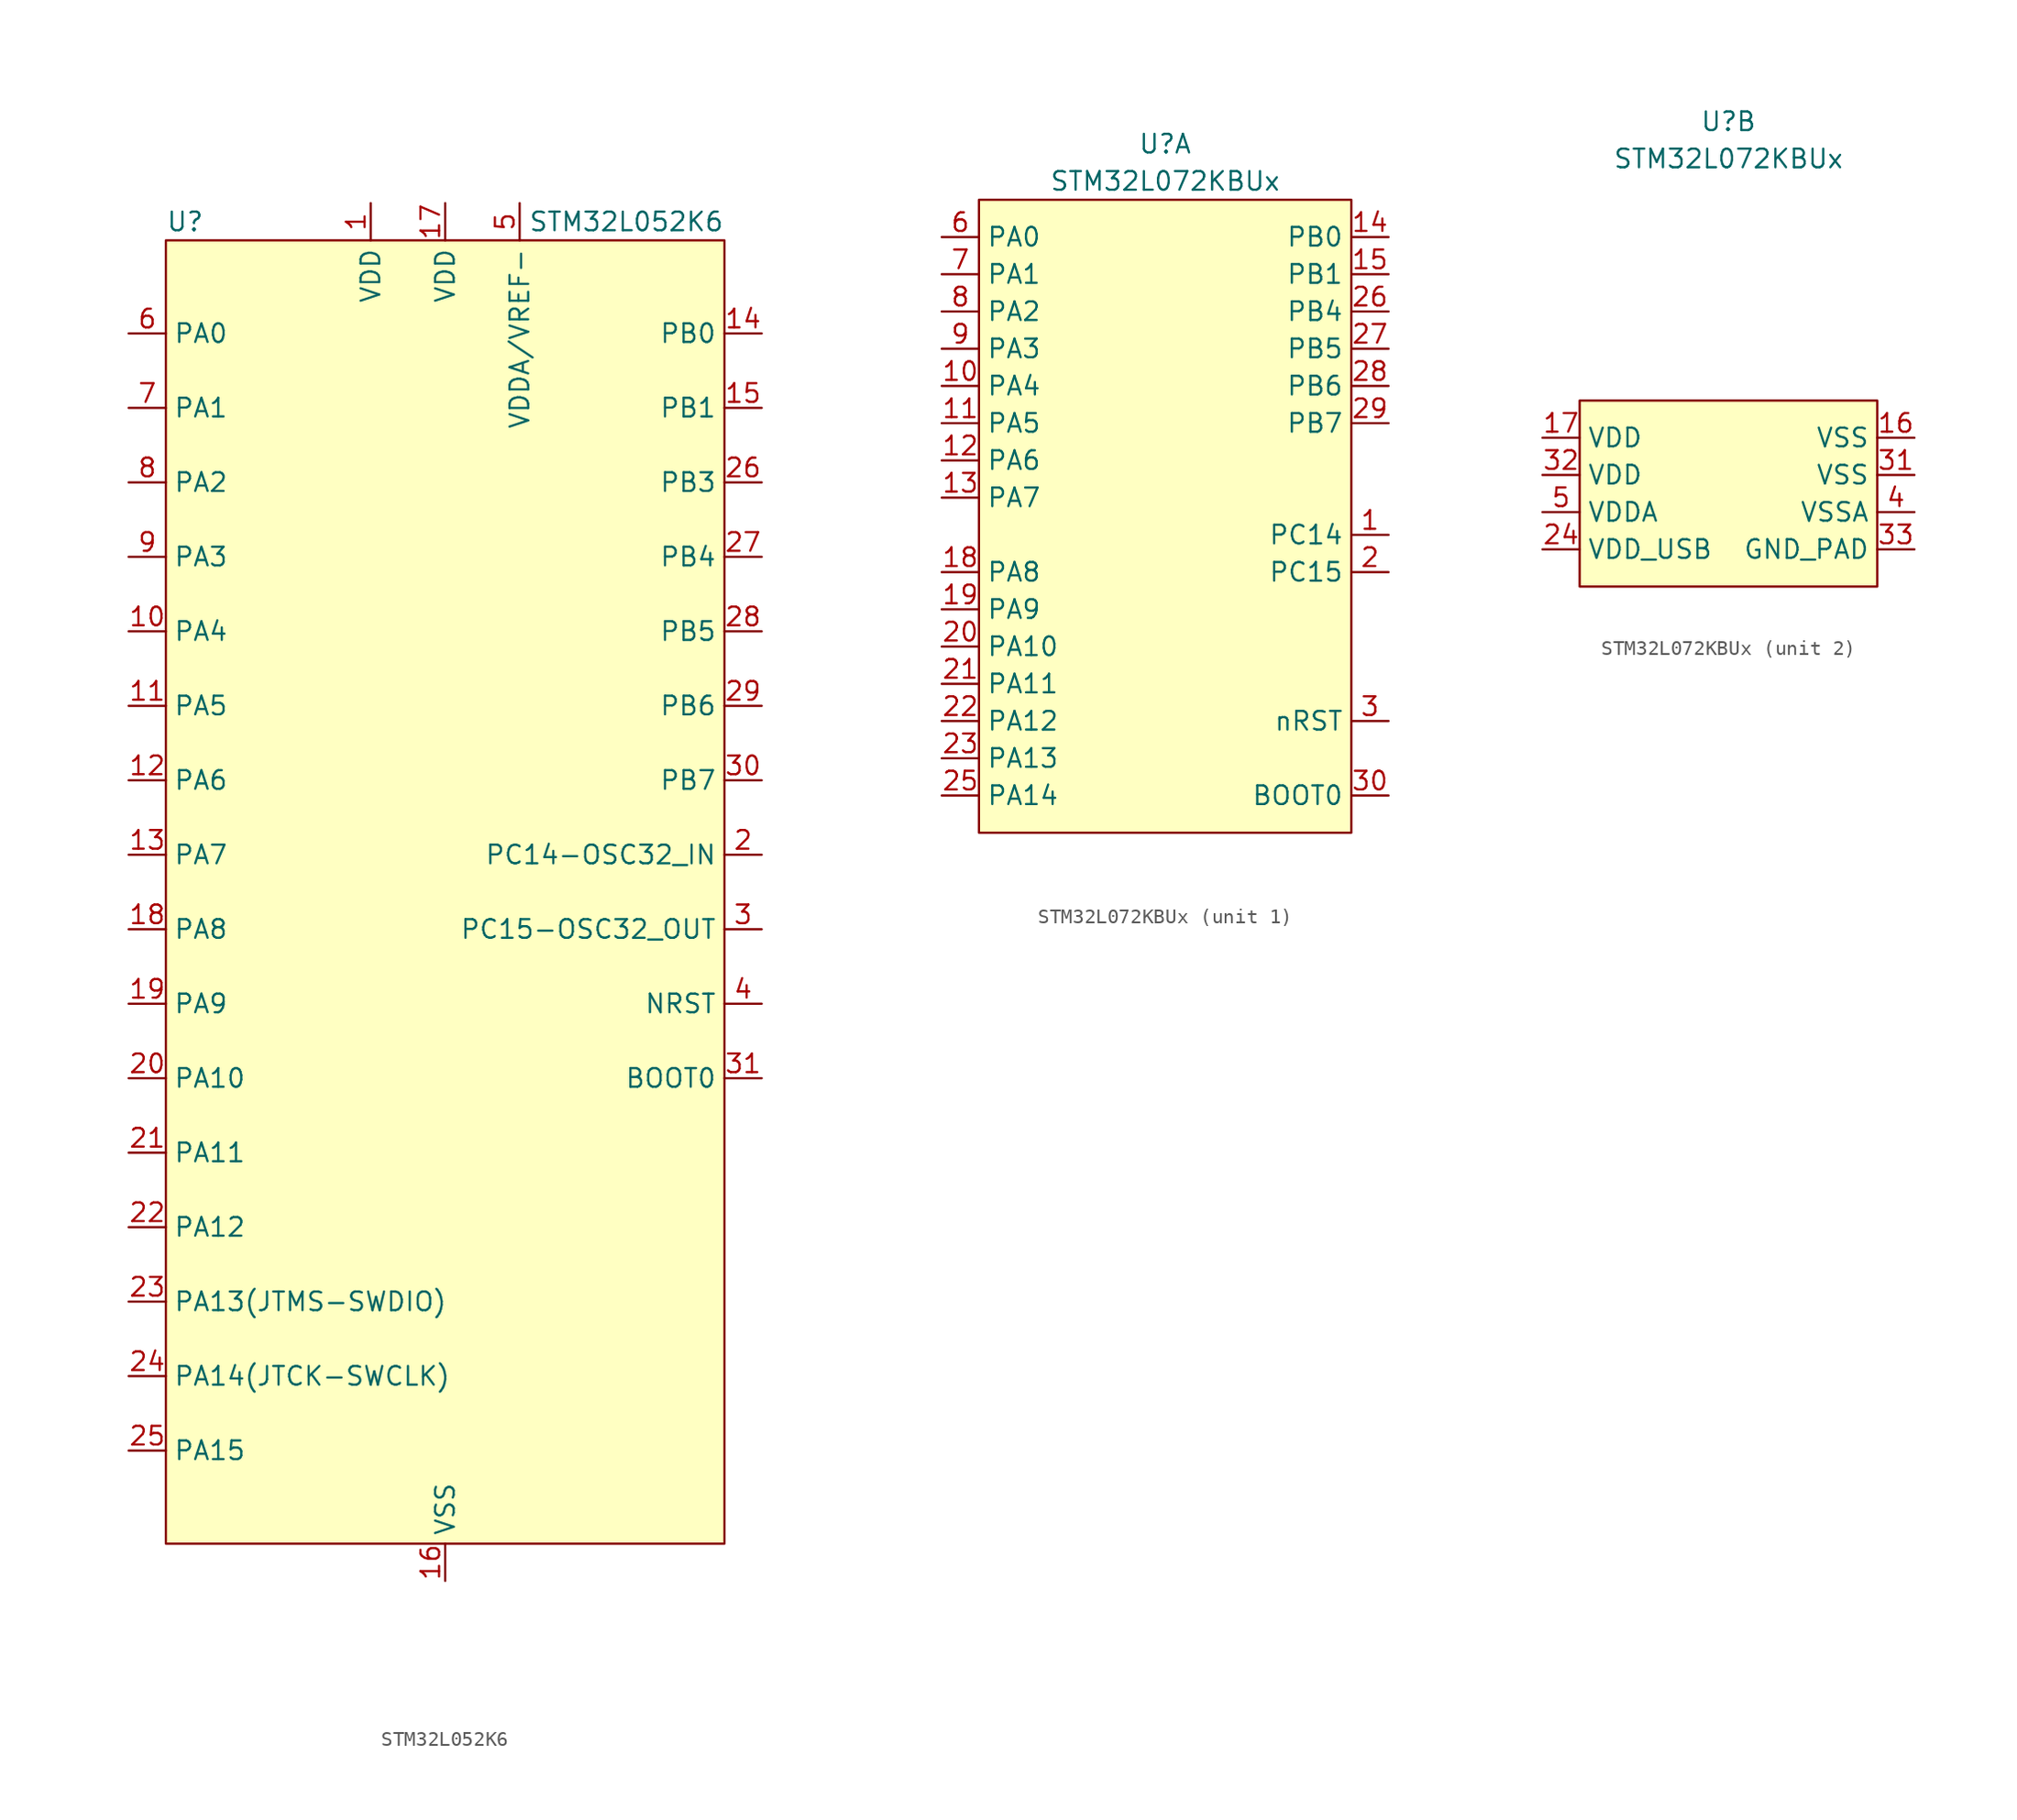
<source format=kicad_sym>
(kicad_symbol_lib
  (version 20241209)
  (generator "kicad_symbol_editor")
  (generator_version "9.0")
  (symbol "STM32L052K6"
    (property "Reference" "U"
      (at -19.05 45.72 0)
      (do_not_autoplace)
      (effects (font (size 1.27 1.27)) (justify left)))
    (property "Value" "STM32L052K6"
      (at 19.05 45.72 0)
      (do_not_autoplace)
      (effects (font (size 1.27 1.27)) (justify right)))
    (symbol "STM32L052K6_0_0"
      (pin power_in line (at -5.08 46.99 270) (length 2.54) (name "VDD" (effects (font (size 1.27 1.27)))) (number "1" (effects (font (size 1.27 1.27)))))
      (pin power_in line (at 0 46.99 270) (length 2.54) (name "VDD" (effects (font (size 1.27 1.27)))) (number "17" (effects (font (size 1.27 1.27)))))
      (pin power_in line (at 5.08 46.99 270) (length 2.54) (name "VDDA/VREF-" (effects (font (size 1.27 1.27)))) (number "5" (effects (font (size 1.27 1.27)))))
      (pin bidirectional line (at 21.59 2.54 180) (length 2.54) (name "PC14-OSC32_IN" (effects (font (size 1.27 1.27)))) (number "2" (effects (font (size 1.27 1.27)))))
      (pin input line (at 21.59 -7.62 180) (length 2.54) (name "NRST" (effects (font (size 1.27 1.27)))) (number "4" (effects (font (size 1.27 1.27)))))
      (pin bidirectional line (at 21.59 -12.7 180) (length 2.54) (name "BOOT0" (effects (font (size 1.27 1.27)))) (number "31" (effects (font (size 1.27 1.27))))))
    (symbol "STM32L052K6_1_0"
      (pin bidirectional line (at -21.59 38.1 0) (length 2.54) (name "PA0" (effects (font (size 1.27 1.27)))) (number "6" (effects (font (size 1.27 1.27)))) (alternate "USART2_CTS" output line))
      (pin bidirectional line (at -21.59 33.02 0) (length 2.54) (name "PA1" (effects (font (size 1.27 1.27)))) (number "7" (effects (font (size 1.27 1.27)))) (alternate "I2C1_SMBA" output line) (alternate "SPI1_SCK" output clock) (alternate "USART2_RTS_DE" input line))
      (pin bidirectional line (at -21.59 27.94 0) (length 2.54) (name "PA2" (effects (font (size 1.27 1.27)))) (number "8" (effects (font (size 1.27 1.27)))) (alternate "LPUART1_TX" output line) (alternate "QUADSPI_BK1_NCS" bidirectional clock) (alternate "USART2_TX" output line))
      (pin bidirectional line (at -21.59 22.86 0) (length 2.54) (name "PA3" (effects (font (size 1.27 1.27)))) (number "9" (effects (font (size 1.27 1.27)))) (alternate "LPUART_RX" input line) (alternate "QUADSPI_CLK" output clock) (alternate "USART2_RX" input line))
      (pin bidirectional line (at -21.59 17.78 0) (length 2.54) (name "PA4" (effects (font (size 1.27 1.27)))) (number "10" (effects (font (size 1.27 1.27)))) (alternate "SPI3_NSS" bidirectional line) (alternate "SPI_NSS" bidirectional line) (alternate "USART2_CK" output clock))
      (pin bidirectional line (at -21.59 12.7 0) (length 2.54) (name "PA5" (effects (font (size 1.27 1.27)))) (number "11" (effects (font (size 1.27 1.27)))) (alternate "SPI1_SCK" output clock))
      (pin bidirectional line (at -21.59 7.62 0) (length 2.54) (name "PA6" (effects (font (size 1.27 1.27)))) (number "12" (effects (font (size 1.27 1.27)))) (alternate "LPUART1_CTS" output line) (alternate "SPI1_MISO" input line) (alternate "USART3_CTS" output line))
      (pin bidirectional line (at -21.59 2.54 0) (length 2.54) (name "PA7" (effects (font (size 1.27 1.27)))) (number "13" (effects (font (size 1.27 1.27)))) (alternate "I2C3_SCL" output clock) (alternate "QUADSPI_BK1_IO2" bidirectional line) (alternate "SPI1_MOSI" output line))
      (pin bidirectional line (at -21.59 -2.54 0) (length 2.54) (name "PA8" (effects (font (size 1.27 1.27)))) (number "18" (effects (font (size 1.27 1.27)))) (alternate "USART1_CK" output clock))
      (pin bidirectional line (at -21.59 -7.62 0) (length 2.54) (name "PA9" (effects (font (size 1.27 1.27)))) (number "19" (effects (font (size 1.27 1.27)))) (alternate "I2C1_SCL" output clock) (alternate "USART1_TX" output line))
      (pin bidirectional line (at -21.59 -12.7 0) (length 2.54) (name "PA10" (effects (font (size 1.27 1.27)))) (number "20" (effects (font (size 1.27 1.27)))) (alternate "I2C1_SDA" bidirectional line) (alternate "USART1_RX" input line))
      (pin bidirectional line (at -21.59 -17.78 0) (length 2.54) (name "PA11" (effects (font (size 1.27 1.27)))) (number "21" (effects (font (size 1.27 1.27)))) (alternate "SPI1_MISO" input line) (alternate "USART1_CTS" output line) (alternate "USB_DM" bidirectional inverted))
      (pin bidirectional line (at -21.59 -22.86 0) (length 2.54) (name "PA12" (effects (font (size 1.27 1.27)))) (number "22" (effects (font (size 1.27 1.27)))) (alternate "SPI1_MOSI" output line) (alternate "USART1_RTS_DE" input line) (alternate "USB_DP" bidirectional line))
      (pin bidirectional line (at -21.59 -27.94 0) (length 2.54) (name "PA13(JTMS-SWDIO)" (effects (font (size 1.27 1.27)))) (number "23" (effects (font (size 1.27 1.27)))))
      (pin bidirectional line (at -21.59 -33.02 0) (length 2.54) (name "PA14(JTCK-SWCLK)" (effects (font (size 1.27 1.27)))) (number "24" (effects (font (size 1.27 1.27)))) (alternate "I2C1_SMBA" bidirectional line))
      (pin bidirectional line (at -21.59 -38.1 0) (length 2.54) (name "PA15" (effects (font (size 1.27 1.27)))) (number "25" (effects (font (size 1.27 1.27)))) (alternate "SPI1_NSS" bidirectional line) (alternate "SPI3_NSS" bidirectional line) (alternate "USART2_RX" input line) (alternate "USART3_RTS_DE" input line))
      (pin power_in line (at 0 -46.99 90) (length 2.54) (name "VSS" (effects (font (size 1.27 1.27)))) (number "16" (effects (font (size 1.27 1.27)))))
      (pin passive line (at 0 -46.99 90) (length 2.54) (hide yes) (name "VSS" (effects (font (size 1.27 1.27)))) (number "32" (effects (font (size 1.27 1.27)))))
      (pin passive line (at 0 -46.99 90) (length 2.54) (hide yes) (name "VSS" (effects (font (size 1.27 1.27)))) (number "33" (effects (font (size 1.27 1.27)))))
      (pin bidirectional line (at 21.59 38.1 180) (length 2.54) (name "PB0" (effects (font (size 1.27 1.27)))) (number "14" (effects (font (size 1.27 1.27)))) (alternate "QUADSPI_BK1_IO1" bidirectional line) (alternate "SPI1_NSS" bidirectional line) (alternate "USART3_CK" output clock))
      (pin bidirectional line (at 21.59 33.02 180) (length 2.54) (name "PB1" (effects (font (size 1.27 1.27)))) (number "15" (effects (font (size 1.27 1.27)))) (alternate "LPUART1_RTS_DE" input line) (alternate "QUADSPI_BK1_IO0" bidirectional line) (alternate "USART3_RTS_DE" input line))
      (pin bidirectional line (at 21.59 27.94 180) (length 2.54) (name "PB3" (effects (font (size 1.27 1.27)))) (number "26" (effects (font (size 1.27 1.27)))) (alternate "SPI1_SCK" output clock) (alternate "SPI3_SCK" output clock) (alternate "USART1_RTS_DE" input line))
      (pin bidirectional line (at 21.59 22.86 180) (length 2.54) (name "PB4" (effects (font (size 1.27 1.27)))) (number "27" (effects (font (size 1.27 1.27)))) (alternate "I2C3_SDA" bidirectional line) (alternate "SPI1_MISO" input line) (alternate "SPI3_MISO" input line) (alternate "USART1_CTS" output line))
      (pin bidirectional line (at 21.59 17.78 180) (length 2.54) (name "PB5" (effects (font (size 1.27 1.27)))) (number "28" (effects (font (size 1.27 1.27)))) (alternate "I2C1_SMBA" bidirectional line) (alternate "SPI1_MOSI" output line) (alternate "SPI3_MOSI" output line) (alternate "USART1_CK" output clock))
      (pin bidirectional line (at 21.59 12.7 180) (length 2.54) (name "PB6" (effects (font (size 1.27 1.27)))) (number "29" (effects (font (size 1.27 1.27)))) (alternate "I2C1_SCL" bidirectional clock) (alternate "USART1_TX" output line))
      (pin bidirectional line (at 21.59 7.62 180) (length 2.54) (name "PB7" (effects (font (size 1.27 1.27)))) (number "30" (effects (font (size 1.27 1.27)))) (alternate "I2C1_SDA" bidirectional line) (alternate "USART1_RX" input line))
      (pin bidirectional line (at 21.59 -2.54 180) (length 2.54) (name "PC15-OSC32_OUT" (effects (font (size 1.27 1.27)))) (number "3" (effects (font (size 1.27 1.27))))))
    (symbol "STM32L052K6_1_1"
      (rectangle (start -19.05 44.45) (end 19.05 -44.45) (stroke (width 0) (type default)) (fill (type background)))))
  (symbol "STM32L072KBUx"
    (property "Reference" "U"
      (at 0 25.4 0)
      (do_not_autoplace)
      (effects (font (size 1.27 1.27))))
    (property "Value" "STM32L072KBUx"
      (at 0 22.86 0)
      (do_not_autoplace)
      (effects (font (size 1.27 1.27))))
    (property "ki_locked" ""
      (at 0 0 0)
      (effects (font (size 1.27 1.27))))
    (symbol "STM32L072KBUx_1_0"
      (pin bidirectional line (at -15.24 19.05 0) (length 2.54) (name "PA0" (effects (font (size 1.27 1.27)))) (number "6" (effects (font (size 1.27 1.27)))) (alternate "USART2_CTS" output line) (alternate "USART4_TX" output line))
      (pin bidirectional line (at -15.24 16.51 0) (length 2.54) (name "PA1" (effects (font (size 1.27 1.27)))) (number "7" (effects (font (size 1.27 1.27)))) (alternate "USART2_RTS/DE" output line) (alternate "USART4_RX" input line))
      (pin bidirectional line (at -15.24 13.97 0) (length 2.54) (name "PA2" (effects (font (size 1.27 1.27)))) (number "8" (effects (font (size 1.27 1.27)))) (alternate "LPUART1_TX" output line) (alternate "USART2_TX" output line))
      (pin bidirectional line (at -15.24 11.43 0) (length 2.54) (name "PA3" (effects (font (size 1.27 1.27)))) (number "9" (effects (font (size 1.27 1.27)))) (alternate "LPUART1_RX" input line) (alternate "USART2_RX" input line))
      (pin bidirectional line (at -15.24 8.89 0) (length 2.54) (name "PA4" (effects (font (size 1.27 1.27)))) (number "10" (effects (font (size 1.27 1.27)))) (alternate "SPI_NSS" output line) (alternate "USART2_CK" output clock))
      (pin bidirectional line (at -15.24 6.35 0) (length 2.54) (name "PA5" (effects (font (size 1.27 1.27)))) (number "11" (effects (font (size 1.27 1.27)))) (alternate "SPI1_SCK" output clock))
      (pin bidirectional line (at -15.24 3.81 0) (length 2.54) (name "PA6" (effects (font (size 1.27 1.27)))) (number "12" (effects (font (size 1.27 1.27)))) (alternate "LPUART1_CTS" output line) (alternate "SPI1_MISO" input line))
      (pin bidirectional line (at -15.24 1.27 0) (length 2.54) (name "PA7" (effects (font (size 1.27 1.27)))) (number "13" (effects (font (size 1.27 1.27)))) (alternate "SPI1_MOSI" output line))
      (pin bidirectional line (at -15.24 -3.81 0) (length 2.54) (name "PA8" (effects (font (size 1.27 1.27)))) (number "18" (effects (font (size 1.27 1.27)))) (alternate "I2C3_SCL" output clock) (alternate "USART1_CK" output clock) (alternate "USB_CRS_SYNC" input line))
      (pin bidirectional line (at -15.24 -6.35 0) (length 2.54) (name "PA9" (effects (font (size 1.27 1.27)))) (number "19" (effects (font (size 1.27 1.27)))) (alternate "I2C1_SCL" output clock) (alternate "I2C3_SMBA" output line) (alternate "USART1_TX" output line))
      (pin bidirectional line (at -15.24 -8.89 0) (length 2.54) (name "PA10" (effects (font (size 1.27 1.27)))) (number "20" (effects (font (size 1.27 1.27)))) (alternate "I2C1_SDA" bidirectional line) (alternate "USART1_RX" input line))
      (pin bidirectional line (at -15.24 -11.43 0) (length 2.54) (name "PA11" (effects (font (size 1.27 1.27)))) (number "21" (effects (font (size 1.27 1.27)))) (alternate "SPI1_MISO" input line) (alternate "USART1_CTS" output line) (alternate "USB_DM" bidirectional inverted))
      (pin bidirectional line (at -15.24 -13.97 0) (length 2.54) (name "PA12" (effects (font (size 1.27 1.27)))) (number "22" (effects (font (size 1.27 1.27)))) (alternate "SPI1_MOSI" output line) (alternate "USART1_RTS/DE" output line) (alternate "USB_DP" bidirectional line))
      (pin bidirectional line (at -15.24 -16.51 0) (length 2.54) (name "PA13" (effects (font (size 1.27 1.27)))) (number "23" (effects (font (size 1.27 1.27)))) (alternate "LPUART1_RX" input line) (alternate "SWDIO" bidirectional line))
      (pin bidirectional line (at -15.24 -19.05 0) (length 2.54) (name "PA14" (effects (font (size 1.27 1.27)))) (number "25" (effects (font (size 1.27 1.27)))) (alternate "LPUART1_TX" output line) (alternate "SWCLK" input clock) (alternate "USART2_TX" output line))
      (pin bidirectional line (at 15.24 19.05 180) (length 2.54) (name "PB0" (effects (font (size 1.27 1.27)))) (number "14" (effects (font (size 1.27 1.27)))))
      (pin bidirectional line (at 15.24 16.51 180) (length 2.54) (name "PB1" (effects (font (size 1.27 1.27)))) (number "15" (effects (font (size 1.27 1.27)))) (alternate "LPUART1_RTS/DE" output line))
      (pin bidirectional line (at 15.24 13.97 180) (length 2.54) (name "PB4" (effects (font (size 1.27 1.27)))) (number "26" (effects (font (size 1.27 1.27)))) (alternate "I2C3_SDA" bidirectional line) (alternate "SPI_MISO" input line) (alternate "USART1_CTS" output line) (alternate "USART5_RX" input line))
      (pin bidirectional line (at 15.24 11.43 180) (length 2.54) (name "PB5" (effects (font (size 1.27 1.27)))) (number "27" (effects (font (size 1.27 1.27)))) (alternate "I2C1_SMBA" output line) (alternate "SPI1_MOSI" output line) (alternate "USART1_CK" output clock) (alternate "USART5_CK" output clock) (alternate "USART5_RTS/DE" output line))
      (pin bidirectional line (at 15.24 8.89 180) (length 2.54) (name "PB6" (effects (font (size 1.27 1.27)))) (number "28" (effects (font (size 1.27 1.27)))) (alternate "I2C1_SCL" output clock) (alternate "USART1_TX" output line))
      (pin bidirectional line (at 15.24 6.35 180) (length 2.54) (name "PB7" (effects (font (size 1.27 1.27)))) (number "29" (effects (font (size 1.27 1.27)))) (alternate "I2C1_SDA" bidirectional line) (alternate "USART1_RX" input line) (alternate "USART4_CTS" output line))
      (pin bidirectional line (at 15.24 -1.27 180) (length 2.54) (name "PC14" (effects (font (size 1.27 1.27)))) (number "1" (effects (font (size 1.27 1.27)))) (alternate "OSC32_IN" input clock))
      (pin bidirectional line (at 15.24 -3.81 180) (length 2.54) (name "PC15" (effects (font (size 1.27 1.27)))) (number "2" (effects (font (size 1.27 1.27)))) (alternate "OSC32_OUT" output clock))
      (pin input line (at 15.24 -13.97 180) (length 2.54) (name "nRST" (effects (font (size 1.27 1.27)))) (number "3" (effects (font (size 1.27 1.27)))))
      (pin bidirectional line (at 15.24 -19.05 180) (length 2.54) (name "BOOT0" (effects (font (size 1.27 1.27)))) (number "30" (effects (font (size 1.27 1.27))))))
    (symbol "STM32L072KBUx_1_1"
      (rectangle (start -12.7 21.59) (end 12.7 -21.59) (stroke (width 0) (type solid)) (fill (type background))))
    (symbol "STM32L072KBUx_2_0"
      (pin power_in line (at -12.7 3.81 0) (length 2.54) (name "VDD" (effects (font (size 1.27 1.27)))) (number "17" (effects (font (size 1.27 1.27)))))
      (pin power_in line (at -12.7 1.27 0) (length 2.54) (name "VDD" (effects (font (size 1.27 1.27)))) (number "32" (effects (font (size 1.27 1.27)))))
      (pin power_in line (at -12.7 -1.27 0) (length 2.54) (name "VDDA" (effects (font (size 1.27 1.27)))) (number "5" (effects (font (size 1.27 1.27)))))
      (pin power_in line (at -12.7 -3.81 0) (length 2.54) (name "VDD_USB" (effects (font (size 1.27 1.27)))) (number "24" (effects (font (size 1.27 1.27)))))
      (pin power_in line (at 12.7 3.81 180) (length 2.54) (name "VSS" (effects (font (size 1.27 1.27)))) (number "16" (effects (font (size 1.27 1.27)))))
      (pin power_in line (at 12.7 1.27 180) (length 2.54) (name "VSS" (effects (font (size 1.27 1.27)))) (number "31" (effects (font (size 1.27 1.27)))))
      (pin power_in line (at 12.7 -1.27 180) (length 2.54) (name "VSSA" (effects (font (size 1.27 1.27)))) (number "4" (effects (font (size 1.27 1.27)))))
      (pin power_in line (at 12.7 -3.81 180) (length 2.54) (name "GND_PAD" (effects (font (size 1.27 1.27)))) (number "33" (effects (font (size 1.27 1.27))))))
    (symbol "STM32L072KBUx_2_1"
      (rectangle (start -10.16 6.35) (end 10.16 -6.35) (stroke (width 0) (type solid)) (fill (type background))))))
</source>
